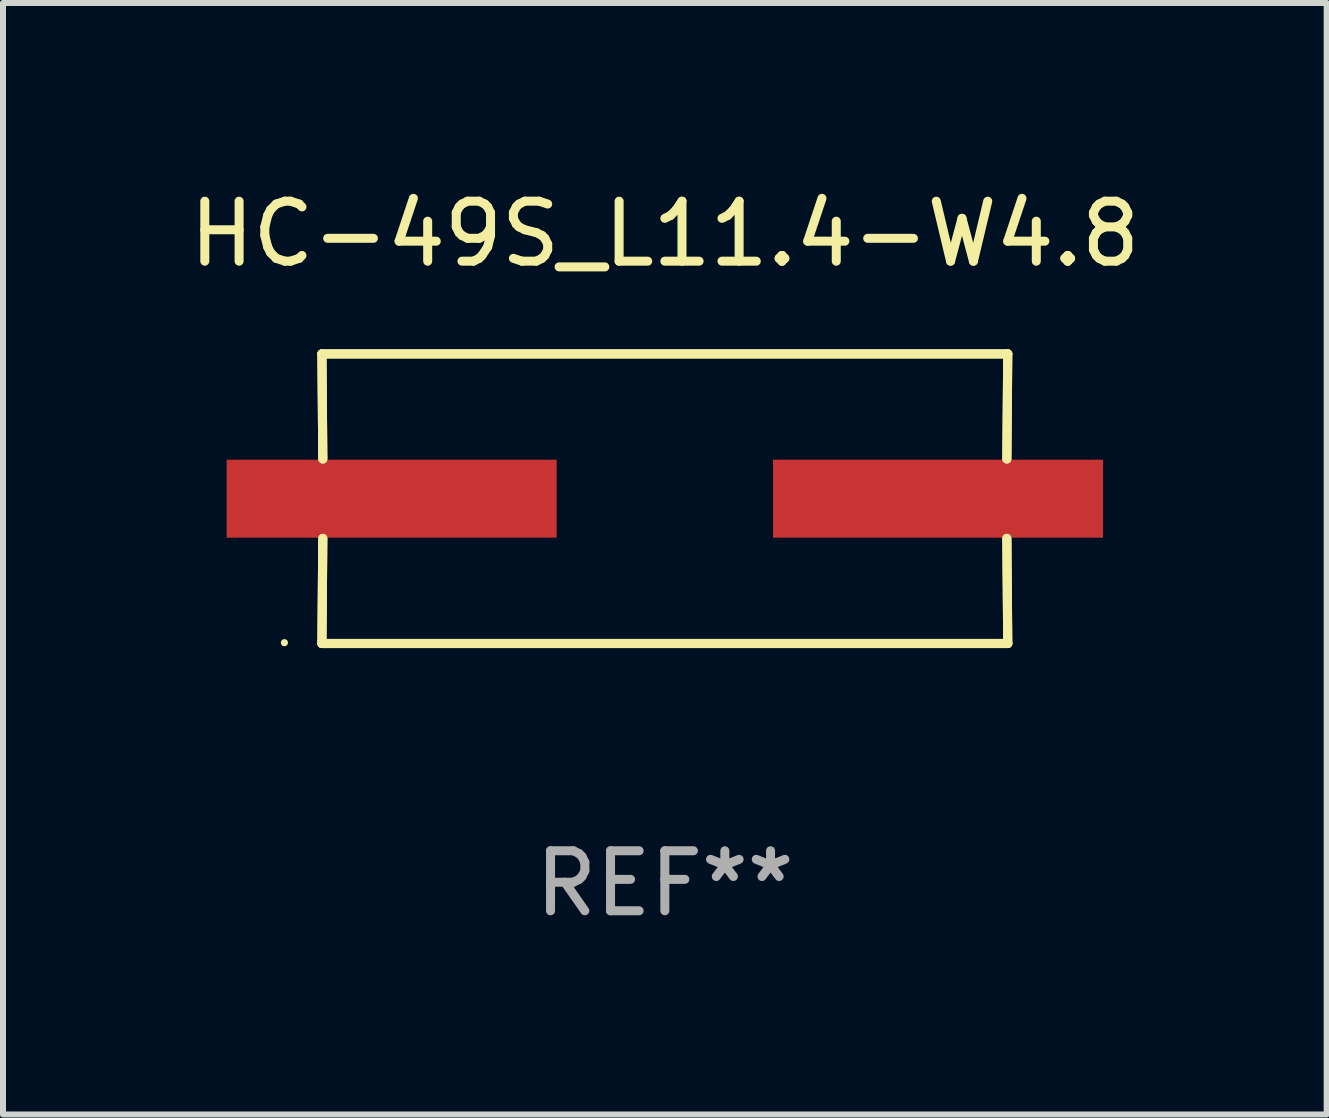
<source format=kicad_pcb>
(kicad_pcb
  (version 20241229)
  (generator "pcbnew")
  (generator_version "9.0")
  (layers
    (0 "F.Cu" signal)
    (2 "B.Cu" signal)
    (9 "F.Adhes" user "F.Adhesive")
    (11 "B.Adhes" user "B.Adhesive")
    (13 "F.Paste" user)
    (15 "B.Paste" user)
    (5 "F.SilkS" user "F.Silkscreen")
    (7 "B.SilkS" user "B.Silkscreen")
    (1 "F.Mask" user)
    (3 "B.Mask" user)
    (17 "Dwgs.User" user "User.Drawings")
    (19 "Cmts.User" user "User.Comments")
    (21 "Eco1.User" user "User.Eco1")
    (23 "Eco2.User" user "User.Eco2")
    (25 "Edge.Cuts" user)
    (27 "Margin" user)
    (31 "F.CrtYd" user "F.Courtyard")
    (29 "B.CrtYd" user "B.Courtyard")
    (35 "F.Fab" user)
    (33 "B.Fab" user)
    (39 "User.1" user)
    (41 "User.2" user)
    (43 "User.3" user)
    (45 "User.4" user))
  (footprint "HC-49S_L11.4-W4.8"
    (layer "F.Cu")
    (at 8.03 5.261)
    (property "Reference" "HC-49S_L11.4-W4.8" (at 0 -4.413 0) (layer "F.SilkS") (effects (font (size 1 1) (thickness 0.15))))
    (attr through_hole)
    (fp_line (start -5.715 -2.413) (end -5.7 -0.662) (stroke (width 0.152) (type solid)) (layer "F.SilkS"))
    (fp_line (start -5.715 -2.413) (end -5.7 -0.662) (stroke (width 0.152) (type solid)) (layer "F.SilkS"))
    (fp_line (start -5.715 2.413) (end 5.715 2.413) (stroke (width 0.152) (type solid)) (layer "F.SilkS"))
    (fp_line (start -5.715 2.413) (end 5.715 2.413) (stroke (width 0.152) (type solid)) (layer "F.SilkS"))
    (fp_line (start -5.7 0.662) (end -5.715 2.413) (stroke (width 0.152) (type solid)) (layer "F.SilkS"))
    (fp_line (start -5.7 0.662) (end -5.715 2.413) (stroke (width 0.152) (type solid)) (layer "F.SilkS"))
    (fp_line (start 5.7 -0.662) (end 5.715 -2.413) (stroke (width 0.152) (type solid)) (layer "F.SilkS"))
    (fp_line (start 5.7 -0.662) (end 5.715 -2.413) (stroke (width 0.152) (type solid)) (layer "F.SilkS"))
    (fp_line (start 5.715 -2.413) (end -5.715 -2.413) (stroke (width 0.152) (type solid)) (layer "F.SilkS"))
    (fp_line (start 5.715 -2.413) (end -5.715 -2.413) (stroke (width 0.152) (type solid)) (layer "F.SilkS"))
    (fp_line (start 5.715 2.413) (end 5.7 0.662) (stroke (width 0.152) (type solid)) (layer "F.SilkS"))
    (fp_line (start 5.715 2.413) (end 5.7 0.662) (stroke (width 0.152) (type solid)) (layer "F.SilkS"))
    (fp_circle (center -6.34 2.4) (end -6.31 2.4) (stroke (width 0.06) (type solid)) (fill no) (layer "F.SilkS"))
    (fp_text user "REF**" (at 0 6.413 0) (layer "F.Fab") (effects (font (size 1 1) (thickness 0.15))))
    (pad "1" smd rect (at -4.553 0 180) (size 5.5 1.3) (layers "F.Cu" "F.Mask" "F.Paste"))
    (pad "2" smd rect (at 4.553 0 180) (size 5.5 1.3) (layers "F.Cu" "F.Mask" "F.Paste")))
  (gr_rect
    (start -3 -3)
    (end 19.06 15.523)
    (stroke (width 0.1) (type default))
    (fill no)
    (layer "Edge.Cuts")))
</source>
